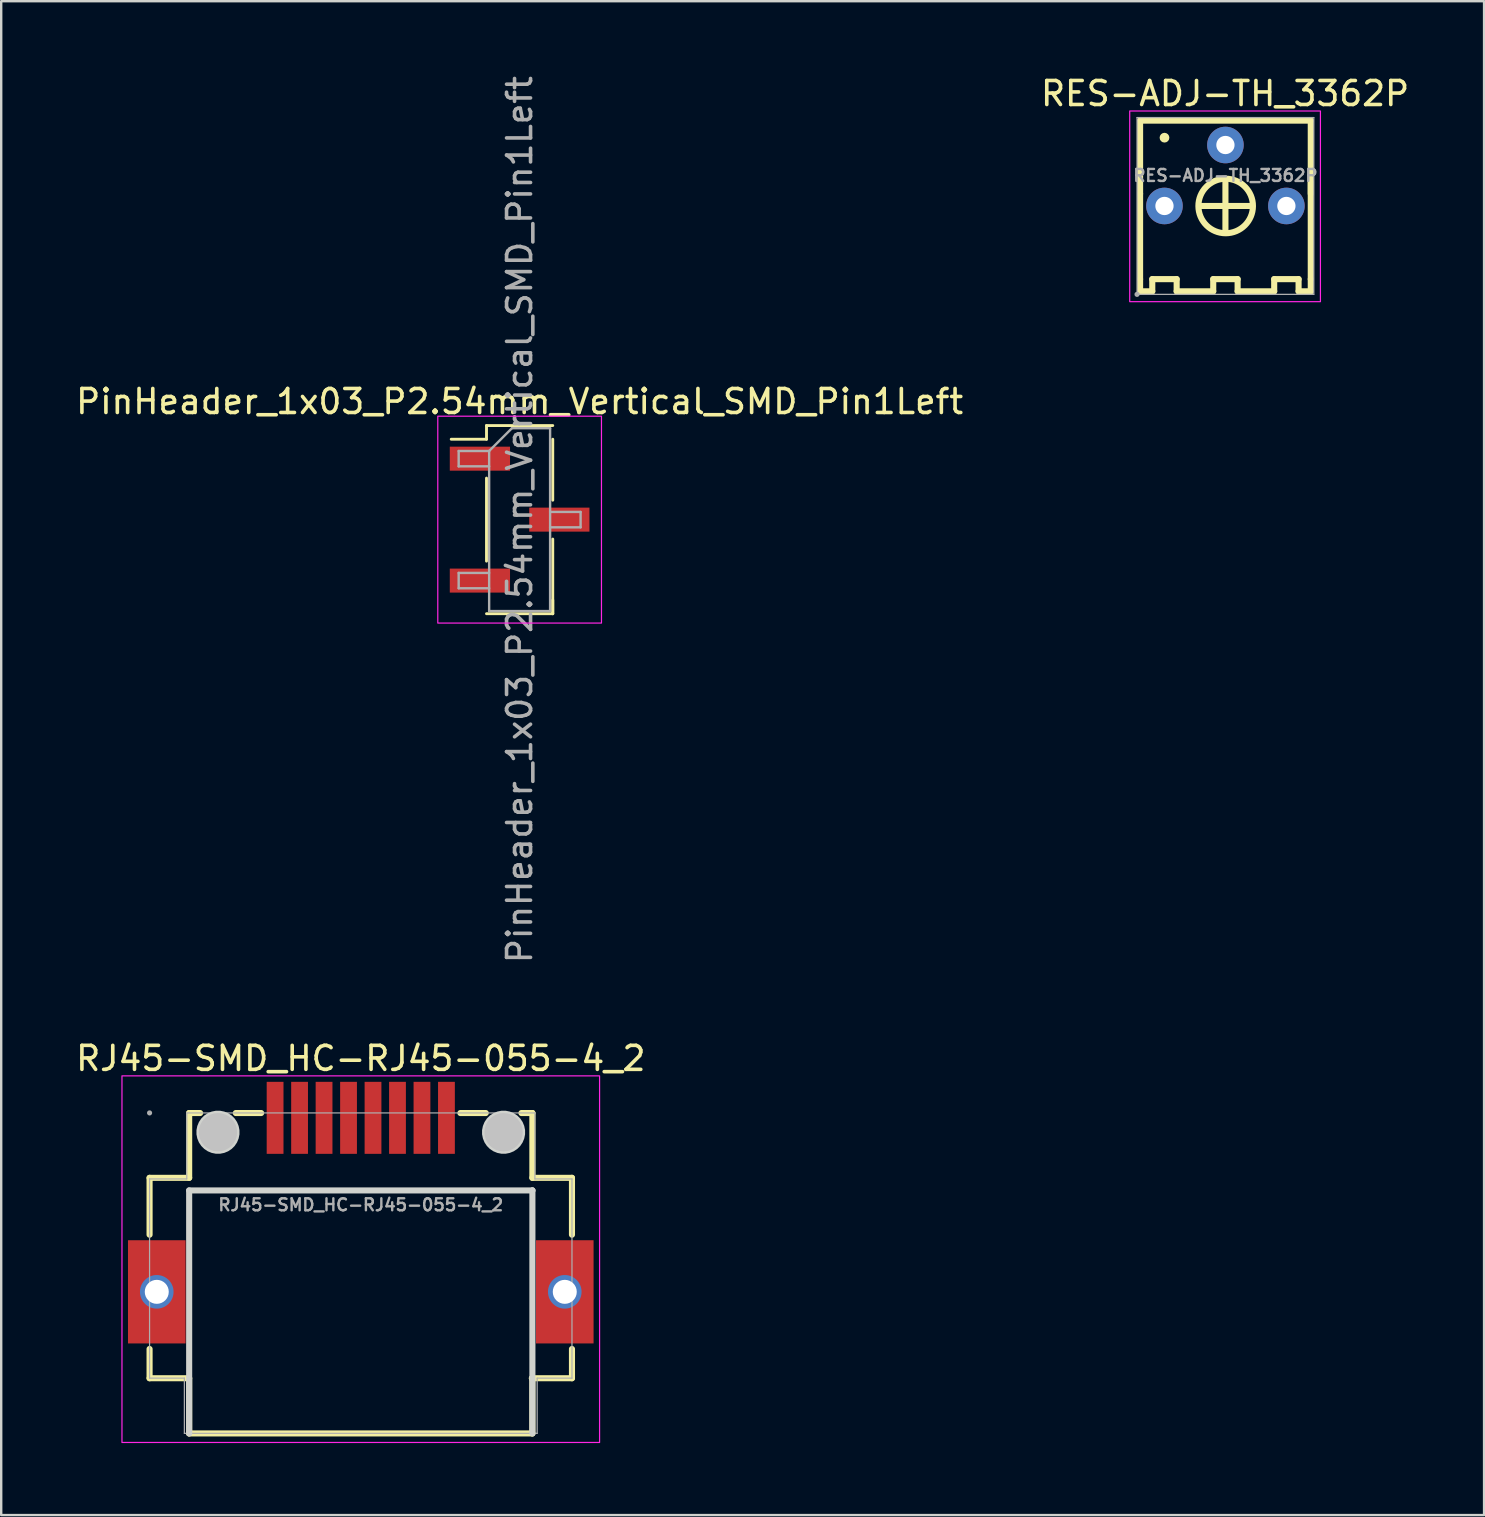
<source format=kicad_pcb>
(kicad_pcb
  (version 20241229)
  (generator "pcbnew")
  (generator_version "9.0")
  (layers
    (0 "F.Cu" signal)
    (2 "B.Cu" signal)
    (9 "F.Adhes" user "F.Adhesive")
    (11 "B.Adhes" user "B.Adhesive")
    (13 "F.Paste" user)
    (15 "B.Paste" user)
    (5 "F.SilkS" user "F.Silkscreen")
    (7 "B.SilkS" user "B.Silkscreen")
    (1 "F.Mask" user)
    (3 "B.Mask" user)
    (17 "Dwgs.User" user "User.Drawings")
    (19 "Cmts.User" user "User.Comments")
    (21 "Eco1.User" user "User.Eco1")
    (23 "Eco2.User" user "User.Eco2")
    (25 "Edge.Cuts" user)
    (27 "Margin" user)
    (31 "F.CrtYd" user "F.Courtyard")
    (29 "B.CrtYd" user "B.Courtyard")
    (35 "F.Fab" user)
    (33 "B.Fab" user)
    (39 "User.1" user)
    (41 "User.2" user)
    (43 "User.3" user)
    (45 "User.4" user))
  (footprint "RJ45-SMD_HC-RJ45-055-4_2"
    (layer "F.Cu")
    (at 11.982 47.151)
    (property "Reference" "RJ45-SMD_HC-RJ45-055-4_2" (at 0 -6.1 0) (layer "F.SilkS") (effects (font (size 1 1) (thickness 0.15))))
    (fp_line (start -8.8 -1.125) (end -8.8 1.244) (stroke (width 0.254) (type default)) (layer "F.SilkS"))
    (fp_line (start -8.8 6.006) (end -8.8 7.225) (stroke (width 0.254) (type default)) (layer "F.SilkS"))
    (fp_line (start -8.8 7.225) (end -7.15 7.225) (stroke (width 0.254) (type default)) (layer "F.SilkS"))
    (fp_line (start -7.15 -3.825) (end -7.15 -1.125) (stroke (width 0.254) (type default)) (layer "F.SilkS"))
    (fp_line (start -7.15 -1.125) (end -8.8 -1.125) (stroke (width 0.254) (type default)) (layer "F.SilkS"))
    (fp_line (start -7.15 7.225) (end -7.15 9.525) (stroke (width 0.254) (type default)) (layer "F.SilkS"))
    (fp_line (start -7.15 9.525) (end 7.15 9.525) (stroke (width 0.254) (type default)) (layer "F.SilkS"))
    (fp_line (start -6.694 -3.825) (end -7.15 -3.825) (stroke (width 0.254) (type default)) (layer "F.SilkS"))
    (fp_line (start -4.151 -3.825) (end -5.206 -3.825) (stroke (width 0.254) (type default)) (layer "F.SilkS"))
    (fp_line (start 5.207 -3.825) (end 4.151 -3.825) (stroke (width 0.254) (type default)) (layer "F.SilkS"))
    (fp_line (start 7.13 7.225) (end 8.8 7.225) (stroke (width 0.254) (type default)) (layer "F.SilkS"))
    (fp_line (start 7.15 -3.825) (end 6.694 -3.825) (stroke (width 0.254) (type default)) (layer "F.SilkS"))
    (fp_line (start 7.15 -1.125) (end 7.15 -3.825) (stroke (width 0.254) (type default)) (layer "F.SilkS"))
    (fp_line (start 7.15 7.245) (end 7.13 7.225) (stroke (width 0.254) (type default)) (layer "F.SilkS"))
    (fp_line (start 7.15 9.525) (end 7.15 7.245) (stroke (width 0.254) (type default)) (layer "F.SilkS"))
    (fp_line (start 8.8 -1.125) (end 7.15 -1.125) (stroke (width 0.254) (type default)) (layer "F.SilkS"))
    (fp_line (start 8.8 1.244) (end 8.8 -1.125) (stroke (width 0.254) (type default)) (layer "F.SilkS"))
    (fp_line (start 8.8 7.225) (end 8.8 6.006) (stroke (width 0.254) (type default)) (layer "F.SilkS"))
    (fp_poly (pts (xy -9.7 1.475) (xy -9.7 5.775) (xy -7.3 5.775) (xy -7.3 1.475)) (stroke (width 0) (type default)) (fill yes) (layer "F.Paste"))
    (fp_poly (pts (xy -3.92 -5.125) (xy -3.92 -2.125) (xy -3.22 -2.125) (xy -3.22 -5.125)) (stroke (width 0) (type default)) (fill yes) (layer "F.Paste"))
    (fp_poly (pts (xy -2.9 -5.125) (xy -2.9 -2.125) (xy -2.2 -2.125) (xy -2.2 -5.125)) (stroke (width 0) (type default)) (fill yes) (layer "F.Paste"))
    (fp_poly (pts (xy -1.88 -5.125) (xy -1.88 -2.125) (xy -1.18 -2.125) (xy -1.18 -5.125)) (stroke (width 0) (type default)) (fill yes) (layer "F.Paste"))
    (fp_poly (pts (xy -0.86 -5.125) (xy -0.86 -2.125) (xy -0.16 -2.125) (xy -0.16 -5.125)) (stroke (width 0) (type default)) (fill yes) (layer "F.Paste"))
    (fp_poly (pts (xy 0.16 -5.125) (xy 0.16 -2.125) (xy 0.86 -2.125) (xy 0.86 -5.125)) (stroke (width 0) (type default)) (fill yes) (layer "F.Paste"))
    (fp_poly (pts (xy 1.88 -2.125) (xy 1.88 -5.125) (xy 1.18 -5.125) (xy 1.18 -2.125)) (stroke (width 0) (type default)) (fill yes) (layer "F.Paste"))
    (fp_poly (pts (xy 2.9 -2.125) (xy 2.9 -5.125) (xy 2.2 -5.125) (xy 2.2 -2.125)) (stroke (width 0) (type default)) (fill yes) (layer "F.Paste"))
    (fp_poly (pts (xy 3.92 -2.125) (xy 3.92 -5.125) (xy 3.22 -5.125) (xy 3.22 -2.125)) (stroke (width 0) (type default)) (fill yes) (layer "F.Paste"))
    (fp_poly (pts (xy 9.7 5.775) (xy 9.7 1.475) (xy 7.3 1.475) (xy 7.3 5.775)) (stroke (width 0) (type default)) (fill yes) (layer "F.Paste"))
    (fp_circle (center -5.95 -3.025) (end -5.55 -3.025) (stroke (width 0.8) (type default)) (fill no) (layer "Dwgs.User"))
    (fp_circle (center 5.95 -3.025) (end 6.35 -3.025) (stroke (width 0.8) (type default)) (fill no) (layer "Dwgs.User"))
    (fp_line (start -7.15 -0.6) (end 7.15 -0.6) (stroke (width 0.254) (type default)) (layer "Edge.Cuts"))
    (fp_line (start -7.15 9.525) (end -7.15 -0.6) (stroke (width 0.254) (type default)) (layer "Edge.Cuts"))
    (fp_line (start 7.15 -0.6) (end 7.151 -0.6) (stroke (width 0.254) (type default)) (layer "Edge.Cuts"))
    (fp_line (start 7.151 -0.6) (end 7.151 9.525) (stroke (width 0.254) (type default)) (layer "Edge.Cuts"))
    (fp_poly (pts (xy -5.054 -3.113) (xy -5.089 -3.286) (xy -5.156 -3.449) (xy -5.254 -3.596) (xy -5.379 -3.721) (xy -5.526 -3.819) (xy -5.689 -3.886) (xy -5.862 -3.921) (xy -6.038 -3.921) (xy -6.211 -3.886) (xy -6.374 -3.819) (xy -6.521 -3.721) (xy -6.646 -3.596) (xy -6.744 -3.449) (xy -6.811 -3.286) (xy -6.846 -3.113) (xy -6.846 -2.937) (xy -6.811 -2.764) (xy -6.744 -2.601) (xy -6.646 -2.454) (xy -6.521 -2.329) (xy -6.374 -2.231) (xy -6.211 -2.164) (xy -6.038 -2.129) (xy -5.862 -2.129) (xy -5.689 -2.164) (xy -5.526 -2.231) (xy -5.379 -2.329) (xy -5.254 -2.454) (xy -5.156 -2.601) (xy -5.089 -2.764) (xy -5.054 -2.937)) (stroke (width 0) (type default)) (fill yes) (layer "Edge.Cuts"))
    (fp_poly (pts (xy 6.846 -3.113) (xy 6.811 -3.286) (xy 6.744 -3.449) (xy 6.646 -3.596) (xy 6.521 -3.721) (xy 6.374 -3.819) (xy 6.211 -3.886) (xy 6.038 -3.921) (xy 5.862 -3.921) (xy 5.689 -3.886) (xy 5.526 -3.819) (xy 5.379 -3.721) (xy 5.254 -3.596) (xy 5.156 -3.449) (xy 5.089 -3.286) (xy 5.054 -3.113) (xy 5.054 -2.937) (xy 5.089 -2.764) (xy 5.156 -2.601) (xy 5.254 -2.454) (xy 5.379 -2.329) (xy 5.526 -2.231) (xy 5.689 -2.164) (xy 5.862 -2.129) (xy 6.038 -2.129) (xy 6.211 -2.164) (xy 6.374 -2.231) (xy 6.521 -2.329) (xy 6.646 -2.454) (xy 6.744 -2.601) (xy 6.811 -2.764) (xy 6.846 -2.937)) (stroke (width 0) (type default)) (fill yes) (layer "Edge.Cuts"))
    (fp_rect (start -9.95 -5.375) (end 9.95 9.902) (stroke (width 0.05) (type default)) (fill no) (layer "F.CrtYd"))
    (fp_line (start -8.8 -1.08) (end -8.8 7.22) (stroke (width 0.051) (type default)) (layer "F.Fab"))
    (fp_line (start -8.8 7.22) (end -7.35 7.22) (stroke (width 0.051) (type default)) (layer "F.Fab"))
    (fp_line (start -7.35 7.22) (end -7.35 9.52) (stroke (width 0.051) (type default)) (layer "F.Fab"))
    (fp_line (start -7.35 9.52) (end 7.35 9.52) (stroke (width 0.051) (type default)) (layer "F.Fab"))
    (fp_line (start -7.25 -3.83) (end -7.25 -1.08) (stroke (width 0.051) (type default)) (layer "F.Fab"))
    (fp_line (start -7.25 -1.08) (end -8.8 -1.08) (stroke (width 0.051) (type default)) (layer "F.Fab"))
    (fp_line (start 7.255 -3.83) (end -7.25 -3.83) (stroke (width 0.051) (type default)) (layer "F.Fab"))
    (fp_line (start 7.255 -1.08) (end 7.255 -3.83) (stroke (width 0.051) (type default)) (layer "F.Fab"))
    (fp_line (start 7.35 7.22) (end 8.8 7.22) (stroke (width 0.051) (type default)) (layer "F.Fab"))
    (fp_line (start 7.35 9.52) (end 7.35 7.22) (stroke (width 0.051) (type default)) (layer "F.Fab"))
    (fp_line (start 8.8 -1.08) (end 7.255 -1.08) (stroke (width 0.051) (type default)) (layer "F.Fab"))
    (fp_line (start 8.8 7.22) (end 8.8 -1.08) (stroke (width 0.051) (type default)) (layer "F.Fab"))
    (fp_poly (pts (xy -8.745 -3.853) (xy -8.777 -3.885) (xy -8.823 -3.885) (xy -8.855 -3.853) (xy -8.855 -3.807) (xy -8.823 -3.775) (xy -8.777 -3.775) (xy -8.745 -3.807)) (stroke (width 0.1) (type default)) (fill no) (layer "F.Fab"))
    (fp_poly (pts (xy -8.65 3.975) (xy -8.65 3.275) (xy -8.35 3.275) (xy -8.35 3.975)) (stroke (width 0.1) (type default)) (fill no) (layer "User.1"))
    (fp_poly (pts (xy -3.795 -3.825) (xy -3.345 -3.825) (xy -3.345 -2.325) (xy -3.795 -2.325)) (stroke (width 0.1) (type default)) (fill no) (layer "User.1"))
    (fp_poly (pts (xy -2.775 -3.825) (xy -2.325 -3.825) (xy -2.325 -2.325) (xy -2.775 -2.325)) (stroke (width 0.1) (type default)) (fill no) (layer "User.1"))
    (fp_poly (pts (xy -1.755 -3.825) (xy -1.305 -3.825) (xy -1.305 -2.325) (xy -1.755 -2.325)) (stroke (width 0.1) (type default)) (fill no) (layer "User.1"))
    (fp_poly (pts (xy -0.735 -3.825) (xy -0.285 -3.825) (xy -0.285 -2.325) (xy -0.735 -2.325)) (stroke (width 0.1) (type default)) (fill no) (layer "User.1"))
    (fp_poly (pts (xy 0.285 -3.825) (xy 0.735 -3.825) (xy 0.735 -2.325) (xy 0.285 -2.325)) (stroke (width 0.1) (type default)) (fill no) (layer "User.1"))
    (fp_poly (pts (xy 1.305 -3.825) (xy 1.755 -3.825) (xy 1.755 -2.325) (xy 1.305 -2.325)) (stroke (width 0.1) (type default)) (fill no) (layer "User.1"))
    (fp_poly (pts (xy 2.325 -3.825) (xy 2.775 -3.825) (xy 2.775 -2.325) (xy 2.325 -2.325)) (stroke (width 0.1) (type default)) (fill no) (layer "User.1"))
    (fp_poly (pts (xy 3.345 -3.825) (xy 3.795 -3.825) (xy 3.795 -2.325) (xy 3.345 -2.325)) (stroke (width 0.1) (type default)) (fill no) (layer "User.1"))
    (fp_poly (pts (xy 8.35 3.975) (xy 8.35 3.275) (xy 8.65 3.275) (xy 8.65 3.975)) (stroke (width 0.1) (type default)) (fill no) (layer "User.1"))
    (fp_poly (pts (xy -7.3 2.125) (xy -8.8 2.125) (xy -8.8 2.725) (xy -7.6 2.725) (xy -7.6 4.525) (xy -8.8 4.525) (xy -8.8 5.125) (xy -7.3 5.125)) (stroke (width 0.1) (type default)) (fill no) (layer "User.1"))
    (fp_poly (pts (xy 7.3 2.125) (xy 8.8 2.125) (xy 8.8 2.725) (xy 7.6 2.725) (xy 7.6 4.525) (xy 8.8 4.525) (xy 8.8 5.125) (xy 7.3 5.125)) (stroke (width 0.1) (type default)) (fill no) (layer "User.1"))
    (fp_text user "${REFERENCE}" (at 0 0 0) (layer "F.Fab") (effects (font (size 0.5 0.5) (thickness 0.1))))
    (pad "1" smd rect (at -3.57 -3.625) (size 0.7 3) (layers "F.Cu" "F.Mask" "F.Paste"))
    (pad "2" smd rect (at -2.55 -3.625) (size 0.7 3) (layers "F.Cu" "F.Mask" "F.Paste"))
    (pad "3" smd rect (at -1.53 -3.625) (size 0.7 3) (layers "F.Cu" "F.Mask" "F.Paste"))
    (pad "4" smd rect (at -0.51 -3.625) (size 0.7 3) (layers "F.Cu" "F.Mask" "F.Paste"))
    (pad "5" smd rect (at 0.51 -3.625) (size 0.7 3) (layers "F.Cu" "F.Mask" "F.Paste"))
    (pad "6" smd rect (at 1.53 -3.625) (size 0.7 3) (layers "F.Cu" "F.Mask" "F.Paste"))
    (pad "7" smd rect (at 2.55 -3.625) (size 0.7 3) (layers "F.Cu" "F.Mask" "F.Paste"))
    (pad "8" smd rect (at 3.57 -3.625) (size 0.7 3) (layers "F.Cu" "F.Mask" "F.Paste"))
    (pad "9" thru_hole circle (at -8.5 3.625) (size 1.4 1.4) (drill 1) (layers "*.Cu" "*.Mask"))
    (pad "9" smd rect (at -8.499 3.625) (size 2.4 4.3) (layers "F.Cu" "F.Mask" "F.Paste"))
    (pad "10" thru_hole circle (at 8.5 3.625) (size 1.4 1.4) (drill 1) (layers "*.Cu" "*.Mask"))
    (pad "10" smd rect (at 8.5 3.625) (size 2.4 4.3) (layers "F.Cu" "F.Mask" "F.Paste")))
  (footprint "RES-ADJ-TH_3362P"
    (layer "F.Cu")
    (at 48.009 4.262)
    (property "Reference" "RES-ADJ-TH_3362P" (at -0.015 -3.413 0) (layer "F.SilkS") (effects (font (size 1 1) (thickness 0.15))))
    (fp_line (start -3.556 -2.286) (end 3.556 -2.286) (stroke (width 0.254) (type default)) (layer "F.SilkS"))
    (fp_line (start -3.556 0.762) (end -3.556 -2.286) (stroke (width 0.254) (type default)) (layer "F.SilkS"))
    (fp_line (start -3.556 4.318) (end -3.556 0.762) (stroke (width 0.254) (type default)) (layer "F.SilkS"))
    (fp_line (start -3.556 4.826) (end -3.556 4.318) (stroke (width 0.254) (type default)) (layer "F.SilkS"))
    (fp_line (start -3.048 4.318) (end -3.048 4.826) (stroke (width 0.254) (type default)) (layer "F.SilkS"))
    (fp_line (start -3.048 4.826) (end -3.556 4.826) (stroke (width 0.254) (type default)) (layer "F.SilkS"))
    (fp_line (start -2.032 4.318) (end -3.048 4.318) (stroke (width 0.254) (type default)) (layer "F.SilkS"))
    (fp_line (start -2.032 4.826) (end -2.032 4.318) (stroke (width 0.254) (type default)) (layer "F.SilkS"))
    (fp_line (start -0.508 4.318) (end -0.508 4.826) (stroke (width 0.254) (type default)) (layer "F.SilkS"))
    (fp_line (start -0.508 4.826) (end -2.032 4.826) (stroke (width 0.254) (type default)) (layer "F.SilkS"))
    (fp_line (start 0 2.286) (end 0 0.254) (stroke (width 0.254) (type default)) (layer "F.SilkS"))
    (fp_line (start 0.508 4.318) (end -0.508 4.318) (stroke (width 0.254) (type default)) (layer "F.SilkS"))
    (fp_line (start 0.508 4.826) (end 0.508 4.318) (stroke (width 0.254) (type default)) (layer "F.SilkS"))
    (fp_line (start 1.016 1.27) (end -1.016 1.27) (stroke (width 0.254) (type default)) (layer "F.SilkS"))
    (fp_line (start 2.032 4.318) (end 2.032 4.826) (stroke (width 0.254) (type default)) (layer "F.SilkS"))
    (fp_line (start 2.032 4.826) (end 0.508 4.826) (stroke (width 0.254) (type default)) (layer "F.SilkS"))
    (fp_line (start 3.048 4.318) (end 2.032 4.318) (stroke (width 0.254) (type default)) (layer "F.SilkS"))
    (fp_line (start 3.048 4.826) (end 3.048 4.318) (stroke (width 0.254) (type default)) (layer "F.SilkS"))
    (fp_line (start 3.556 -2.286) (end 3.556 0.762) (stroke (width 0.254) (type default)) (layer "F.SilkS"))
    (fp_line (start 3.556 0.254) (end 3.556 4.318) (stroke (width 0.254) (type default)) (layer "F.SilkS"))
    (fp_line (start 3.556 4.318) (end 3.556 4.826) (stroke (width 0.254) (type default)) (layer "F.SilkS"))
    (fp_line (start 3.556 4.826) (end 3.048 4.826) (stroke (width 0.254) (type default)) (layer "F.SilkS"))
    (fp_arc (start -2.5375 -1.651) (mid -2.53825 -1.498994) (end -2.54 -1.651) (stroke (width 0.254) (type default)) (layer "F.SilkS"))
    (fp_arc (start 0.0205 0.1345) (mid 0.00975 2.406548) (end 0 0.1345) (stroke (width 0.254) (type default)) (layer "F.SilkS"))
    (fp_rect (start -3.988 -2.688) (end 3.958 5.258) (stroke (width 0.05) (type default)) (fill no) (layer "F.CrtYd"))
    (fp_line (start -3.683 -2.413) (end 3.683 -2.413) (stroke (width 0.051) (type default)) (layer "F.Fab"))
    (fp_line (start -3.683 4.953) (end -3.683 -2.413) (stroke (width 0.051) (type default)) (layer "F.Fab"))
    (fp_line (start 3.683 -2.413) (end 3.683 4.953) (stroke (width 0.051) (type default)) (layer "F.Fab"))
    (fp_line (start 3.683 4.953) (end -3.683 4.953) (stroke (width 0.051) (type default)) (layer "F.Fab"))
    (fp_poly (pts (xy -3.628 4.93) (xy -3.66 4.898) (xy -3.706 4.898) (xy -3.738 4.93) (xy -3.738 4.976) (xy -3.706 5.008) (xy -3.66 5.008) (xy -3.628 4.976)) (stroke (width 0.1) (type default)) (fill no) (layer "F.Fab"))
    (fp_poly (pts (xy -2.261 1.233) (xy -2.28 1.162) (xy -2.317 1.099) (xy -2.369 1.047) (xy -2.432 1.01) (xy -2.503 0.991) (xy -2.577 0.991) (xy -2.648 1.01) (xy -2.711 1.047) (xy -2.763 1.099) (xy -2.8 1.162) (xy -2.819 1.233) (xy -2.819 1.307) (xy -2.8 1.378) (xy -2.763 1.441) (xy -2.711 1.493) (xy -2.648 1.53) (xy -2.577 1.549) (xy -2.503 1.549) (xy -2.432 1.53) (xy -2.369 1.493) (xy -2.317 1.441) (xy -2.28 1.378) (xy -2.261 1.307)) (stroke (width 0.1) (type default)) (fill no) (layer "User.1"))
    (fp_poly (pts (xy 0.279 -1.307) (xy 0.26 -1.378) (xy 0.223 -1.441) (xy 0.171 -1.493) (xy 0.108 -1.53) (xy 0.037 -1.549) (xy -0.037 -1.549) (xy -0.108 -1.53) (xy -0.171 -1.493) (xy -0.223 -1.441) (xy -0.26 -1.378) (xy -0.279 -1.307) (xy -0.279 -1.233) (xy -0.26 -1.162) (xy -0.223 -1.099) (xy -0.171 -1.047) (xy -0.108 -1.01) (xy -0.037 -0.991) (xy 0.037 -0.991) (xy 0.108 -1.01) (xy 0.171 -1.047) (xy 0.223 -1.099) (xy 0.26 -1.162) (xy 0.279 -1.233)) (stroke (width 0.1) (type default)) (fill no) (layer "User.1"))
    (fp_poly (pts (xy 2.819 1.233) (xy 2.8 1.162) (xy 2.763 1.099) (xy 2.711 1.047) (xy 2.648 1.01) (xy 2.577 0.991) (xy 2.503 0.991) (xy 2.432 1.01) (xy 2.369 1.047) (xy 2.317 1.099) (xy 2.28 1.162) (xy 2.261 1.233) (xy 2.261 1.307) (xy 2.28 1.378) (xy 2.317 1.441) (xy 2.369 1.493) (xy 2.432 1.53) (xy 2.503 1.549) (xy 2.577 1.549) (xy 2.648 1.53) (xy 2.711 1.493) (xy 2.763 1.441) (xy 2.8 1.378) (xy 2.819 1.307)) (stroke (width 0.1) (type default)) (fill no) (layer "User.1"))
    (fp_text user "${REFERENCE}" (at 0 0 0) (layer "F.Fab") (effects (font (size 0.5 0.5) (thickness 0.1))))
    (pad "1" thru_hole circle (at -2.54 1.27) (size 1.524 1.524) (drill 0.762) (layers "*.Cu" "*.Mask"))
    (pad "2" thru_hole circle (at 0 -1.27) (size 1.524 1.524) (drill 0.762) (layers "*.Cu" "*.Mask"))
    (pad "3" thru_hole circle (at 2.54 1.27) (size 1.524 1.524) (drill 0.762) (layers "*.Cu" "*.Mask")))
  (footprint "PinHeader_1x03_P2.54mm_Vertical_SMD_Pin1Left"
    (layer "F.Cu")
    (at 18.601 18.601)
    (property "Reference" "PinHeader_1x03_P2.54mm_Vertical_SMD_Pin1Left" (at 0 -4.92 0) (layer "F.SilkS") (effects (font (size 1 1) (thickness 0.15))))
    (attr smd)
    (fp_line (start -1.38 -3.92) (end -1.38 -3.35) (stroke (width 0.12) (type solid)) (layer "F.SilkS"))
    (fp_line (start -1.38 -3.92) (end 1.38 -3.92) (stroke (width 0.12) (type solid)) (layer "F.SilkS"))
    (fp_line (start -1.38 -3.35) (end -2.85 -3.35) (stroke (width 0.12) (type solid)) (layer "F.SilkS"))
    (fp_line (start -1.38 -1.73) (end -1.38 1.73) (stroke (width 0.12) (type solid)) (layer "F.SilkS"))
    (fp_line (start -1.38 3.92) (end 1.38 3.92) (stroke (width 0.12) (type solid)) (layer "F.SilkS"))
    (fp_line (start 1.38 -3.35) (end 1.38 -0.81) (stroke (width 0.12) (type solid)) (layer "F.SilkS"))
    (fp_line (start 1.38 0.81) (end 1.38 3.92) (stroke (width 0.12) (type solid)) (layer "F.SilkS"))
    (fp_line (start 1.38 3.35) (end 1.38 3.92) (stroke (width 0.12) (type solid)) (layer "F.SilkS"))
    (fp_rect (start -3.41 -4.31) (end 3.41 4.31) (stroke (width 0.05) (type solid)) (fill no) (layer "F.CrtYd"))
    (fp_line (start -2.54 -2.86) (end -2.54 -2.22) (stroke (width 0.1) (type solid)) (layer "F.Fab"))
    (fp_line (start -2.54 -2.22) (end -1.27 -2.22) (stroke (width 0.1) (type solid)) (layer "F.Fab"))
    (fp_line (start -2.54 2.22) (end -2.54 2.86) (stroke (width 0.1) (type solid)) (layer "F.Fab"))
    (fp_line (start -2.54 2.86) (end -1.27 2.86) (stroke (width 0.1) (type solid)) (layer "F.Fab"))
    (fp_line (start -1.27 -2.86) (end -2.54 -2.86) (stroke (width 0.1) (type solid)) (layer "F.Fab"))
    (fp_line (start -1.27 -2.86) (end -0.32 -3.81) (stroke (width 0.1) (type solid)) (layer "F.Fab"))
    (fp_line (start -1.27 2.22) (end -2.54 2.22) (stroke (width 0.1) (type solid)) (layer "F.Fab"))
    (fp_line (start -1.27 3.81) (end -1.27 -2.86) (stroke (width 0.1) (type solid)) (layer "F.Fab"))
    (fp_line (start -0.32 -3.81) (end 1.27 -3.81) (stroke (width 0.1) (type solid)) (layer "F.Fab"))
    (fp_line (start 1.27 -3.81) (end 1.27 3.81) (stroke (width 0.1) (type solid)) (layer "F.Fab"))
    (fp_line (start 1.27 -0.32) (end 2.54 -0.32) (stroke (width 0.1) (type solid)) (layer "F.Fab"))
    (fp_line (start 1.27 3.81) (end -1.27 3.81) (stroke (width 0.1) (type solid)) (layer "F.Fab"))
    (fp_line (start 2.54 -0.32) (end 2.54 0.32) (stroke (width 0.1) (type solid)) (layer "F.Fab"))
    (fp_line (start 2.54 0.32) (end 1.27 0.32) (stroke (width 0.1) (type solid)) (layer "F.Fab"))
    (fp_text user "${REFERENCE}" (at 0 0 90) (layer "F.Fab") (effects (font (size 1 1) (thickness 0.15))))
    (pad "1" smd rect (at -1.655 -2.54) (size 2.51 1) (layers "F.Cu" "F.Mask" "F.Paste"))
    (pad "2" smd rect (at 1.655 0) (size 2.51 1) (layers "F.Cu" "F.Mask" "F.Paste"))
    (pad "3" smd rect (at -1.655 2.54) (size 2.51 1) (layers "F.Cu" "F.Mask" "F.Paste")))
  (gr_rect
    (start -3 -3)
    (end 58.786 60.078)
    (stroke (width 0.1) (type default))
    (fill no)
    (layer "Edge.Cuts")))
</source>
